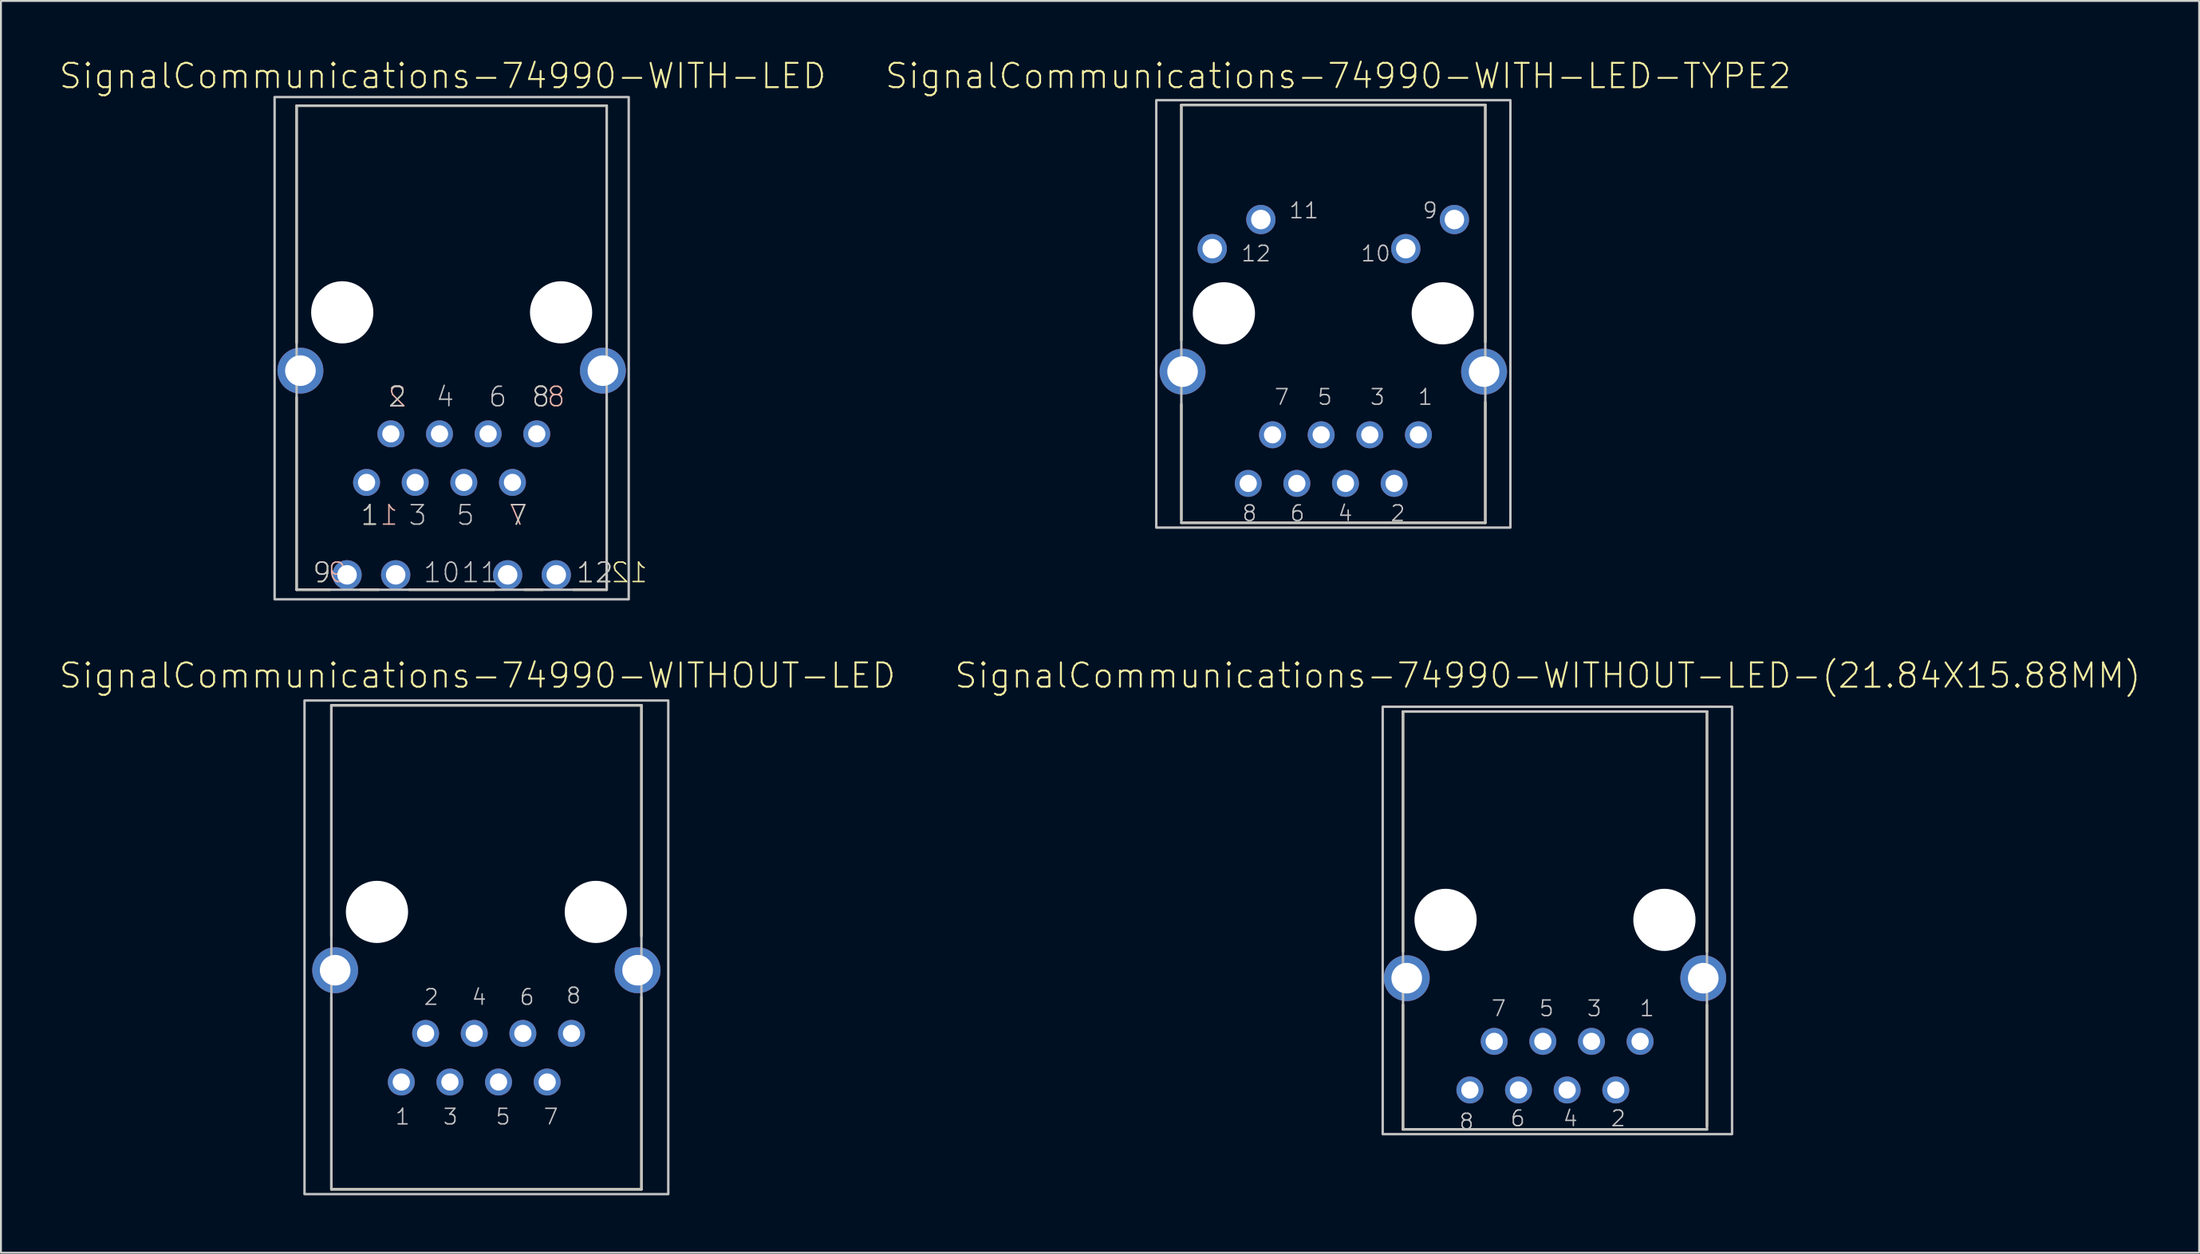
<source format=kicad_pcb>
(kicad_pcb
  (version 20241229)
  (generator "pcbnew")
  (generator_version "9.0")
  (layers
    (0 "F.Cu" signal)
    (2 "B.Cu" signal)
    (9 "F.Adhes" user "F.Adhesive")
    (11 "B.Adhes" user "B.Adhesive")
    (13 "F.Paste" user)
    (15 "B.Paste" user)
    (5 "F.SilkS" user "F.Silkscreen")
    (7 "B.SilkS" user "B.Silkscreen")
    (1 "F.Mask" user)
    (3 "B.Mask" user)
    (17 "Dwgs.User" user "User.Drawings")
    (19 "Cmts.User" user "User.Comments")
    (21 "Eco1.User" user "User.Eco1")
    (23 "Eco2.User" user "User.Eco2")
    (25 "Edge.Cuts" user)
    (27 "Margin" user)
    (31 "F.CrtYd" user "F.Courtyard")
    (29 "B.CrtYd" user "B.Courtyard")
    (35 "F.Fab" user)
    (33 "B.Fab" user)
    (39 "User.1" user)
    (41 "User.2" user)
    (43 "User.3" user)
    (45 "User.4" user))
  (footprint "SignalCommunications-74990-WITHOUT-LED"
    (layer "F.Cu")
    (at 22.355 44.609)
    (property "Reference" "SignalCommunications-74990-WITHOUT-LED" (at -0.467 -12.352 0) (layer "F.SilkS") (effects (font (size 1.27 1.27) (thickness 0.102))))
    (attr exclude_from_pos_files exclude_from_bom)
    (fp_line (start -8.098 -10.798) (end 8.098 -10.798) (stroke (width 0.127) (type solid)) (layer "F.SilkS"))
    (fp_line (start -8.098 1.27) (end -8.098 -10.798) (stroke (width 0.127) (type solid)) (layer "F.SilkS"))
    (fp_line (start -8.098 14.498) (end -8.098 4.445) (stroke (width 0.127) (type solid)) (layer "F.SilkS"))
    (fp_line (start -8.098 14.498) (end 8.098 14.498) (stroke (width 0.127) (type solid)) (layer "F.SilkS"))
    (fp_line (start 8.098 1.27) (end 8.098 -10.798) (stroke (width 0.127) (type solid)) (layer "F.SilkS"))
    (fp_line (start 8.098 14.498) (end 8.098 4.445) (stroke (width 0.127) (type solid)) (layer "F.SilkS"))
    (fp_line (start -8.098 -10.798) (end -8.098 14.498) (stroke (width 0.127) (type solid)) (layer "Dwgs.User"))
    (fp_line (start -8.098 -10.798) (end 8.098 -10.798) (stroke (width 0.127) (type solid)) (layer "Dwgs.User"))
    (fp_line (start -8.098 14.498) (end 8.098 14.498) (stroke (width 0.127) (type solid)) (layer "Dwgs.User"))
    (fp_line (start 8.098 14.498) (end 8.098 -10.798) (stroke (width 0.127) (type solid)) (layer "Dwgs.User"))
    (fp_poly (pts (xy -9.5 -11.049) (xy 9.5 -11.049) (xy 9.5 14.75) (xy -9.5 14.75) (xy -9.5 -11.049)) (stroke (width 0.127) (type solid)) (fill no) (layer "Dwgs.User"))
    (fp_text user "5" (at 0.871 10.704 180) (layer "Dwgs.User") (effects (font (size 0.813 0.813) (thickness 0.076))))
    (fp_text user "6" (at 2.121 4.453 180) (layer "Dwgs.User") (effects (font (size 0.813 0.813) (thickness 0.076))))
    (fp_text user "3" (at -1.877 10.704 180) (layer "Dwgs.User") (effects (font (size 0.813 0.813) (thickness 0.076))))
    (fp_text user "4" (at -0.378 4.453 180) (layer "Dwgs.User") (effects (font (size 0.813 0.813) (thickness 0.076))))
    (fp_text user "1" (at -4.376 10.704 180) (layer "Dwgs.User") (effects (font (size 0.813 0.813) (thickness 0.076))))
    (fp_text user "2" (at -2.878 4.453 180) (layer "Dwgs.User") (effects (font (size 0.813 0.813) (thickness 0.076))))
    (fp_text user "7" (at 3.371 10.704 180) (layer "Dwgs.User") (effects (font (size 0.813 0.813) (thickness 0.076))))
    (fp_text user "8" (at 4.554 4.376 180) (layer "Dwgs.User") (effects (font (size 0.813 0.813) (thickness 0.076))))
    (pad "" np_thru_hole circle (at -5.715 0) (size 3.249 3.249) (drill 3.249) (layers "*.Cu" "*.Mask"))
    (pad "" np_thru_hole circle (at 5.715 0) (size 3.249 3.249) (drill 3.249) (layers "*.Cu" "*.Mask"))
    (pad "1" thru_hole circle (at -4.445 8.89) (size 1.407 1.407) (drill 0.899) (layers "*.Cu" "*.Paste" "*.Mask"))
    (pad "2" thru_hole circle (at -3.175 6.35) (size 1.407 1.407) (drill 0.899) (layers "*.Cu" "*.Paste" "*.Mask"))
    (pad "3" thru_hole circle (at -1.905 8.89) (size 1.407 1.407) (drill 0.899) (layers "*.Cu" "*.Paste" "*.Mask"))
    (pad "4" thru_hole circle (at -0.635 6.35) (size 1.407 1.407) (drill 0.899) (layers "*.Cu" "*.Paste" "*.Mask"))
    (pad "5" thru_hole circle (at 0.635 8.89) (size 1.407 1.407) (drill 0.899) (layers "*.Cu" "*.Paste" "*.Mask"))
    (pad "6" thru_hole circle (at 1.905 6.35) (size 1.407 1.407) (drill 0.899) (layers "*.Cu" "*.Paste" "*.Mask"))
    (pad "7" thru_hole circle (at 3.175 8.89) (size 1.407 1.407) (drill 0.899) (layers "*.Cu" "*.Paste" "*.Mask"))
    (pad "8" thru_hole circle (at 4.445 6.35) (size 1.407 1.407) (drill 0.899) (layers "*.Cu" "*.Paste" "*.Mask"))
    (pad "Z1" thru_hole circle (at -7.899 3.048) (size 2.398 2.398) (drill 1.598) (layers "*.Cu" "*.Paste" "*.Mask"))
    (pad "Z2" thru_hole circle (at 7.899 3.048) (size 2.398 2.398) (drill 1.598) (layers "*.Cu" "*.Paste" "*.Mask")))
  (footprint "SignalCommunications-74990-WITH-LED-TYPE2"
    (layer "F.Cu")
    (at 66.592 13.324)
    (property "Reference" "SignalCommunications-74990-WITH-LED-TYPE2" (at 0.257 -12.403 0) (layer "F.SilkS") (effects (font (size 1.27 1.27) (thickness 0.102))))
    (attr exclude_from_pos_files exclude_from_bom)
    (fp_line (start -7.938 -10.889) (end 7.938 -10.889) (stroke (width 0.127) (type solid)) (layer "F.SilkS"))
    (fp_line (start -7.938 1.405) (end -7.938 -10.889) (stroke (width 0.127) (type solid)) (layer "F.SilkS"))
    (fp_line (start -7.938 4.745) (end -7.938 10.795) (stroke (width 0.127) (type solid)) (layer "F.SilkS"))
    (fp_line (start -7.938 10.95) (end 7.938 10.95) (stroke (width 0.127) (type solid)) (layer "F.SilkS"))
    (fp_line (start 7.938 -10.889) (end 7.938 1.504) (stroke (width 0.127) (type solid)) (layer "F.SilkS"))
    (fp_line (start 7.938 4.643) (end 7.938 10.95) (stroke (width 0.127) (type solid)) (layer "F.SilkS"))
    (fp_line (start -7.938 -10.889) (end -7.938 10.95) (stroke (width 0.127) (type solid)) (layer "Dwgs.User"))
    (fp_line (start -7.938 10.95) (end 7.938 10.95) (stroke (width 0.127) (type solid)) (layer "Dwgs.User"))
    (fp_line (start 7.938 -10.889) (end -7.938 -10.889) (stroke (width 0.127) (type solid)) (layer "Dwgs.User"))
    (fp_line (start 7.938 -10.889) (end 7.938 10.95) (stroke (width 0.127) (type solid)) (layer "Dwgs.User"))
    (fp_poly (pts (xy -9.248 -11.138) (xy 9.248 -11.138) (xy 9.248 11.199) (xy -9.248 11.199) (xy -9.248 -11.138)) (stroke (width 0.127) (type solid)) (fill no) (layer "Dwgs.User"))
    (fp_text user "1" (at 4.806 4.376 180) (layer "Dwgs.User") (effects (font (size 0.813 0.813) (thickness 0.076))))
    (fp_text user "9" (at 5.055 -5.37 180) (layer "Dwgs.User") (effects (font (size 0.813 0.813) (thickness 0.076))))
    (fp_text user "8" (at -4.376 10.452 180) (layer "Dwgs.User") (effects (font (size 0.813 0.813) (thickness 0.076))))
    (fp_text user "3" (at 2.306 4.376 180) (layer "Dwgs.User") (effects (font (size 0.813 0.813) (thickness 0.076))))
    (fp_text user "2" (at 3.371 10.452 180) (layer "Dwgs.User") (effects (font (size 0.813 0.813) (thickness 0.076))))
    (fp_text user "6" (at -1.877 10.452 180) (layer "Dwgs.User") (effects (font (size 0.813 0.813) (thickness 0.076))))
    (fp_text user "11" (at -1.537 -5.37 180) (layer "Dwgs.User") (effects (font (size 0.813 0.813) (thickness 0.076))))
    (fp_text user "5" (at -0.442 4.376 180) (layer "Dwgs.User") (effects (font (size 0.813 0.813) (thickness 0.076))))
    (fp_text user "7" (at -2.692 4.376 180) (layer "Dwgs.User") (effects (font (size 0.813 0.813) (thickness 0.076))))
    (fp_text user "12" (at -4.036 -3.119 180) (layer "Dwgs.User") (effects (font (size 0.813 0.813) (thickness 0.076))))
    (fp_text user "10" (at 2.212 -3.119 180) (layer "Dwgs.User") (effects (font (size 0.813 0.813) (thickness 0.076))))
    (fp_text user "4" (at 0.62 10.452 180) (layer "Dwgs.User") (effects (font (size 0.813 0.813) (thickness 0.076))))
    (pad "" np_thru_hole circle (at -5.715 0) (size 3.249 3.249) (drill 3.249) (layers "*.Cu" "*.Mask"))
    (pad "" np_thru_hole circle (at 5.715 0) (size 3.249 3.249) (drill 3.249) (layers "*.Cu" "*.Mask"))
    (pad "1" thru_hole circle (at 4.445 6.35) (size 1.407 1.407) (drill 0.899) (layers "*.Cu" "*.Paste" "*.Mask"))
    (pad "2" thru_hole circle (at 3.175 8.89) (size 1.407 1.407) (drill 0.899) (layers "*.Cu" "*.Paste" "*.Mask"))
    (pad "3" thru_hole circle (at 1.905 6.35) (size 1.407 1.407) (drill 0.899) (layers "*.Cu" "*.Paste" "*.Mask"))
    (pad "4" thru_hole circle (at 0.635 8.89) (size 1.407 1.407) (drill 0.899) (layers "*.Cu" "*.Paste" "*.Mask"))
    (pad "5" thru_hole circle (at -0.635 6.35) (size 1.407 1.407) (drill 0.899) (layers "*.Cu" "*.Paste" "*.Mask"))
    (pad "6" thru_hole circle (at -1.905 8.89) (size 1.407 1.407) (drill 0.899) (layers "*.Cu" "*.Paste" "*.Mask"))
    (pad "7" thru_hole circle (at -3.175 6.35) (size 1.407 1.407) (drill 0.899) (layers "*.Cu" "*.Paste" "*.Mask"))
    (pad "8" thru_hole circle (at -4.445 8.89) (size 1.407 1.407) (drill 0.899) (layers "*.Cu" "*.Paste" "*.Mask"))
    (pad "9" thru_hole circle (at 6.325 -4.9) (size 1.529 1.529) (drill 1.019) (layers "*.Cu" "*.Paste" "*.Mask"))
    (pad "10" thru_hole circle (at 3.785 -3.378) (size 1.529 1.529) (drill 1.019) (layers "*.Cu" "*.Paste" "*.Mask"))
    (pad "11" thru_hole circle (at -3.785 -4.9) (size 1.529 1.529) (drill 1.019) (layers "*.Cu" "*.Paste" "*.Mask"))
    (pad "12" thru_hole circle (at -6.325 -3.378) (size 1.529 1.529) (drill 1.019) (layers "*.Cu" "*.Paste" "*.Mask"))
    (pad "Z1" thru_hole circle (at -7.874 3.048) (size 2.398 2.398) (drill 1.598) (layers "*.Cu" "*.Paste" "*.Mask"))
    (pad "Z2" thru_hole circle (at 7.874 3.048) (size 2.398 2.398) (drill 1.598) (layers "*.Cu" "*.Paste" "*.Mask")))
  (footprint "SignalCommunications-74990-WITHOUT-LED-(21.84X15.88MM)"
    (layer "F.Cu")
    (at 78.17 45.025)
    (property "Reference" "SignalCommunications-74990-WITHOUT-LED-(21.84X15.88MM)" (at -0.376 -12.769 0) (layer "F.SilkS") (effects (font (size 1.27 1.27) (thickness 0.102))))
    (attr exclude_from_pos_files exclude_from_bom)
    (fp_line (start -7.938 -10.889) (end 7.938 -10.889) (stroke (width 0.127) (type solid)) (layer "F.SilkS"))
    (fp_line (start -7.938 1.654) (end -7.938 -10.889) (stroke (width 0.127) (type solid)) (layer "F.SilkS"))
    (fp_line (start -7.938 4.445) (end -7.938 10.95) (stroke (width 0.127) (type solid)) (layer "F.SilkS"))
    (fp_line (start -7.938 10.95) (end 7.938 10.95) (stroke (width 0.127) (type solid)) (layer "F.SilkS"))
    (fp_line (start 7.938 -10.889) (end 7.938 1.654) (stroke (width 0.127) (type solid)) (layer "F.SilkS"))
    (fp_line (start 7.938 4.445) (end 7.938 10.795) (stroke (width 0.127) (type solid)) (layer "F.SilkS"))
    (fp_line (start -7.938 -10.889) (end -7.938 10.95) (stroke (width 0.127) (type solid)) (layer "Dwgs.User"))
    (fp_line (start -7.938 10.95) (end 7.938 10.95) (stroke (width 0.127) (type solid)) (layer "Dwgs.User"))
    (fp_line (start 7.938 -10.889) (end -7.938 -10.889) (stroke (width 0.127) (type solid)) (layer "Dwgs.User"))
    (fp_line (start 7.938 -10.889) (end 7.938 10.95) (stroke (width 0.127) (type solid)) (layer "Dwgs.User"))
    (fp_poly (pts (xy -8.999 -11.138) (xy 9.248 -11.138) (xy 9.248 11.199) (xy -8.999 11.199) (xy -8.999 -11.138)) (stroke (width 0.127) (type solid)) (fill no) (layer "Dwgs.User"))
    (fp_text user "5" (at -0.442 4.628 180) (layer "Dwgs.User") (effects (font (size 0.813 0.813) (thickness 0.076))))
    (fp_text user "8" (at -4.62 10.546 0) (layer "Dwgs.User") (effects (font (size 0.813 0.813) (thickness 0.076))))
    (fp_text user "7" (at -2.941 4.628 180) (layer "Dwgs.User") (effects (font (size 0.813 0.813) (thickness 0.076))))
    (fp_text user "3" (at 2.055 4.628 180) (layer "Dwgs.User") (effects (font (size 0.813 0.813) (thickness 0.076))))
    (fp_text user "4" (at 0.805 10.378 180) (layer "Dwgs.User") (effects (font (size 0.813 0.813) (thickness 0.076))))
    (fp_text user "1" (at 4.806 4.628 180) (layer "Dwgs.User") (effects (font (size 0.813 0.813) (thickness 0.076))))
    (fp_text user "2" (at 3.305 10.378 180) (layer "Dwgs.User") (effects (font (size 0.813 0.813) (thickness 0.076))))
    (fp_text user "6" (at -1.943 10.378 180) (layer "Dwgs.User") (effects (font (size 0.813 0.813) (thickness 0.076))))
    (pad "" np_thru_hole circle (at -5.715 0) (size 3.249 3.249) (drill 3.249) (layers "*.Cu" "*.Mask"))
    (pad "" np_thru_hole circle (at 5.715 0) (size 3.249 3.249) (drill 3.249) (layers "*.Cu" "*.Mask"))
    (pad "1" thru_hole circle (at 4.445 6.35) (size 1.407 1.407) (drill 0.899) (layers "*.Cu" "*.Paste" "*.Mask"))
    (pad "2" thru_hole circle (at 3.175 8.89) (size 1.407 1.407) (drill 0.899) (layers "*.Cu" "*.Paste" "*.Mask"))
    (pad "3" thru_hole circle (at 1.905 6.35) (size 1.407 1.407) (drill 0.899) (layers "*.Cu" "*.Paste" "*.Mask"))
    (pad "4" thru_hole circle (at 0.635 8.89) (size 1.407 1.407) (drill 0.899) (layers "*.Cu" "*.Paste" "*.Mask"))
    (pad "5" thru_hole circle (at -0.635 6.35) (size 1.407 1.407) (drill 0.899) (layers "*.Cu" "*.Paste" "*.Mask"))
    (pad "6" thru_hole circle (at -1.905 8.89) (size 1.407 1.407) (drill 0.899) (layers "*.Cu" "*.Paste" "*.Mask"))
    (pad "7" thru_hole circle (at -3.175 6.35) (size 1.407 1.407) (drill 0.899) (layers "*.Cu" "*.Paste" "*.Mask"))
    (pad "8" thru_hole circle (at -4.445 8.89) (size 1.407 1.407) (drill 0.899) (layers "*.Cu" "*.Paste" "*.Mask"))
    (pad "Z1" thru_hole circle (at -7.744 3.048) (size 2.398 2.398) (drill 1.598) (layers "*.Cu" "*.Paste" "*.Mask"))
    (pad "Z2" thru_hole circle (at 7.744 3.048) (size 2.398 2.398) (drill 1.598) (layers "*.Cu" "*.Paste" "*.Mask")))
  (footprint "SignalCommunications-74990-WITH-LED"
    (layer "F.Cu")
    (at 20.541 13.273)
    (property "Reference" "SignalCommunications-74990-WITH-LED" (at -0.467 -12.352 0) (layer "F.SilkS") (effects (font (size 1.27 1.27) (thickness 0.102))))
    (attr exclude_from_pos_files exclude_from_bom)
    (fp_line (start -8.098 -10.798) (end 8.098 -10.798) (stroke (width 0.127) (type solid)) (layer "F.SilkS"))
    (fp_line (start -8.098 1.587) (end -8.098 -10.798) (stroke (width 0.127) (type solid)) (layer "F.SilkS"))
    (fp_line (start -8.098 14.498) (end -8.098 4.445) (stroke (width 0.127) (type solid)) (layer "F.SilkS"))
    (fp_line (start -8.098 14.498) (end -6.35 14.498) (stroke (width 0.127) (type solid)) (layer "F.SilkS"))
    (fp_line (start -4.763 14.498) (end -3.81 14.498) (stroke (width 0.127) (type solid)) (layer "F.SilkS"))
    (fp_line (start -2.223 14.498) (end 2.223 14.498) (stroke (width 0.127) (type solid)) (layer "F.SilkS"))
    (fp_line (start 3.81 14.498) (end 4.763 14.498) (stroke (width 0.127) (type solid)) (layer "F.SilkS"))
    (fp_line (start 6.35 14.498) (end 8.098 14.498) (stroke (width 0.127) (type solid)) (layer "F.SilkS"))
    (fp_line (start 8.098 1.587) (end 8.098 -10.798) (stroke (width 0.127) (type solid)) (layer "F.SilkS"))
    (fp_line (start 8.098 14.498) (end 8.098 4.445) (stroke (width 0.127) (type solid)) (layer "F.SilkS"))
    (fp_line (start -8.098 -10.798) (end -8.098 14.498) (stroke (width 0.127) (type solid)) (layer "Dwgs.User"))
    (fp_line (start -8.098 -10.798) (end 8.098 -10.798) (stroke (width 0.127) (type solid)) (layer "Dwgs.User"))
    (fp_line (start -8.098 14.498) (end 8.098 14.498) (stroke (width 0.127) (type solid)) (layer "Dwgs.User"))
    (fp_line (start 8.098 14.498) (end 8.098 -10.798) (stroke (width 0.127) (type solid)) (layer "Dwgs.User"))
    (fp_poly (pts (xy -9.248 -11.25) (xy 9.248 -11.25) (xy 9.248 14.999) (xy -9.248 14.999) (xy -9.248 -11.25)) (stroke (width 0.127) (type solid)) (fill no) (layer "Dwgs.User"))
    (fp_text user "2" (at -2.84 4.412 180) (layer "F.SilkS") (effects (font (size 1.016 1.016) (thickness 0.076))))
    (fp_text user "8" (at 4.656 4.412 180) (layer "F.SilkS") (effects (font (size 1.016 1.016) (thickness 0.076))))
    (fp_text user "1" (at -4.275 10.602 180) (layer "F.SilkS") (effects (font (size 1.016 1.016) (thickness 0.076))))
    (fp_text user "7" (at 3.472 10.602 180) (layer "F.SilkS") (effects (font (size 1.016 1.016) (thickness 0.076))))
    (fp_text user "12" (at 7.48 13.602 180) (layer "F.SilkS") (effects (font (size 1.016 1.016) (thickness 0.076))))
    (fp_text user "9" (at -6.777 13.602 180) (layer "F.SilkS") (effects (font (size 1.016 1.016) (thickness 0.076))))
    (fp_text user "12" (at 9.279 13.602 180) (layer "F.SilkS") (effects (font (size 1.016 1.016) (thickness 0.076)) (justify mirror)))
    (fp_text user "9" (at -5.977 13.602 180) (layer "B.SilkS") (effects (font (size 1.016 1.016) (thickness 0.076)) (justify mirror)))
    (fp_text user "8" (at 5.456 4.412 180) (layer "B.SilkS") (effects (font (size 1.016 1.016) (thickness 0.076)) (justify mirror)))
    (fp_text user "1" (at -3.277 10.602 180) (layer "B.SilkS") (effects (font (size 1.016 1.016) (thickness 0.076)) (justify mirror)))
    (fp_text user "2" (at -2.84 4.412 180) (layer "B.SilkS") (effects (font (size 1.016 1.016) (thickness 0.076)) (justify mirror)))
    (fp_text user "7" (at 3.472 10.602 180) (layer "B.SilkS") (effects (font (size 1.016 1.016) (thickness 0.076)) (justify mirror)))
    (fp_text user "6" (at 2.408 4.412 180) (layer "Dwgs.User") (effects (font (size 1.016 1.016) (thickness 0.076))))
    (fp_text user "12" (at 7.48 13.602 180) (layer "Dwgs.User") (effects (font (size 1.016 1.016) (thickness 0.076))))
    (fp_text user "9" (at -6.777 13.602 180) (layer "Dwgs.User") (effects (font (size 1.016 1.016) (thickness 0.076))))
    (fp_text user "7" (at 3.472 10.602 180) (layer "Dwgs.User") (effects (font (size 1.016 1.016) (thickness 0.076))))
    (fp_text user "4" (at -0.34 4.412 180) (layer "Dwgs.User") (effects (font (size 1.016 1.016) (thickness 0.076))))
    (fp_text user "10" (at -0.518 13.602 180) (layer "Dwgs.User") (effects (font (size 1.016 1.016) (thickness 0.076))))
    (fp_text user "2" (at -2.84 4.412 180) (layer "Dwgs.User") (effects (font (size 1.016 1.016) (thickness 0.076))))
    (fp_text user "5" (at 0.721 10.602 180) (layer "Dwgs.User") (effects (font (size 1.016 1.016) (thickness 0.076))))
    (fp_text user "8" (at 4.656 4.412 180) (layer "Dwgs.User") (effects (font (size 1.016 1.016) (thickness 0.076))))
    (fp_text user "11" (at 1.481 13.602 180) (layer "Dwgs.User") (effects (font (size 1.016 1.016) (thickness 0.076))))
    (fp_text user "1" (at -4.275 10.602 180) (layer "Dwgs.User") (effects (font (size 1.016 1.016) (thickness 0.076))))
    (fp_text user "3" (at -1.775 10.602 180) (layer "Dwgs.User") (effects (font (size 1.016 1.016) (thickness 0.076))))
    (pad "" np_thru_hole circle (at -5.715 0) (size 3.249 3.249) (drill 3.249) (layers "*.Cu" "*.Mask"))
    (pad "" np_thru_hole circle (at 5.715 0) (size 3.249 3.249) (drill 3.249) (layers "*.Cu" "*.Mask"))
    (pad "1" thru_hole circle (at -4.445 8.89) (size 1.407 1.407) (drill 0.899) (layers "*.Cu" "*.Paste" "*.Mask"))
    (pad "2" thru_hole circle (at -3.175 6.35) (size 1.407 1.407) (drill 0.899) (layers "*.Cu" "*.Paste" "*.Mask"))
    (pad "3" thru_hole circle (at -1.905 8.89) (size 1.407 1.407) (drill 0.899) (layers "*.Cu" "*.Paste" "*.Mask"))
    (pad "4" thru_hole circle (at -0.635 6.35) (size 1.407 1.407) (drill 0.899) (layers "*.Cu" "*.Paste" "*.Mask"))
    (pad "5" thru_hole circle (at 0.635 8.89) (size 1.407 1.407) (drill 0.899) (layers "*.Cu" "*.Paste" "*.Mask"))
    (pad "6" thru_hole circle (at 1.905 6.35) (size 1.407 1.407) (drill 0.899) (layers "*.Cu" "*.Paste" "*.Mask"))
    (pad "7" thru_hole circle (at 3.175 8.89) (size 1.407 1.407) (drill 0.899) (layers "*.Cu" "*.Paste" "*.Mask"))
    (pad "8" thru_hole circle (at 4.445 6.35) (size 1.407 1.407) (drill 0.899) (layers "*.Cu" "*.Paste" "*.Mask"))
    (pad "9" thru_hole circle (at -5.464 13.719) (size 1.529 1.529) (drill 1.019) (layers "*.Cu" "*.Paste" "*.Mask"))
    (pad "10" thru_hole circle (at -2.924 13.719) (size 1.529 1.529) (drill 1.019) (layers "*.Cu" "*.Paste" "*.Mask"))
    (pad "11" thru_hole circle (at 2.924 13.719) (size 1.529 1.529) (drill 1.019) (layers "*.Cu" "*.Paste" "*.Mask"))
    (pad "12" thru_hole circle (at 5.464 13.719) (size 1.529 1.529) (drill 1.019) (layers "*.Cu" "*.Paste" "*.Mask"))
    (pad "Z1" thru_hole circle (at -7.899 3.048) (size 2.398 2.398) (drill 1.598) (layers "*.Cu" "*.Paste" "*.Mask"))
    (pad "Z2" thru_hole circle (at 7.899 3.048) (size 2.398 2.398) (drill 1.598) (layers "*.Cu" "*.Paste" "*.Mask")))
  (gr_rect
    (start -3 -3)
    (end 111.814 62.422)
    (stroke (width 0.1) (type default))
    (fill no)
    (layer "Edge.Cuts")))
</source>
